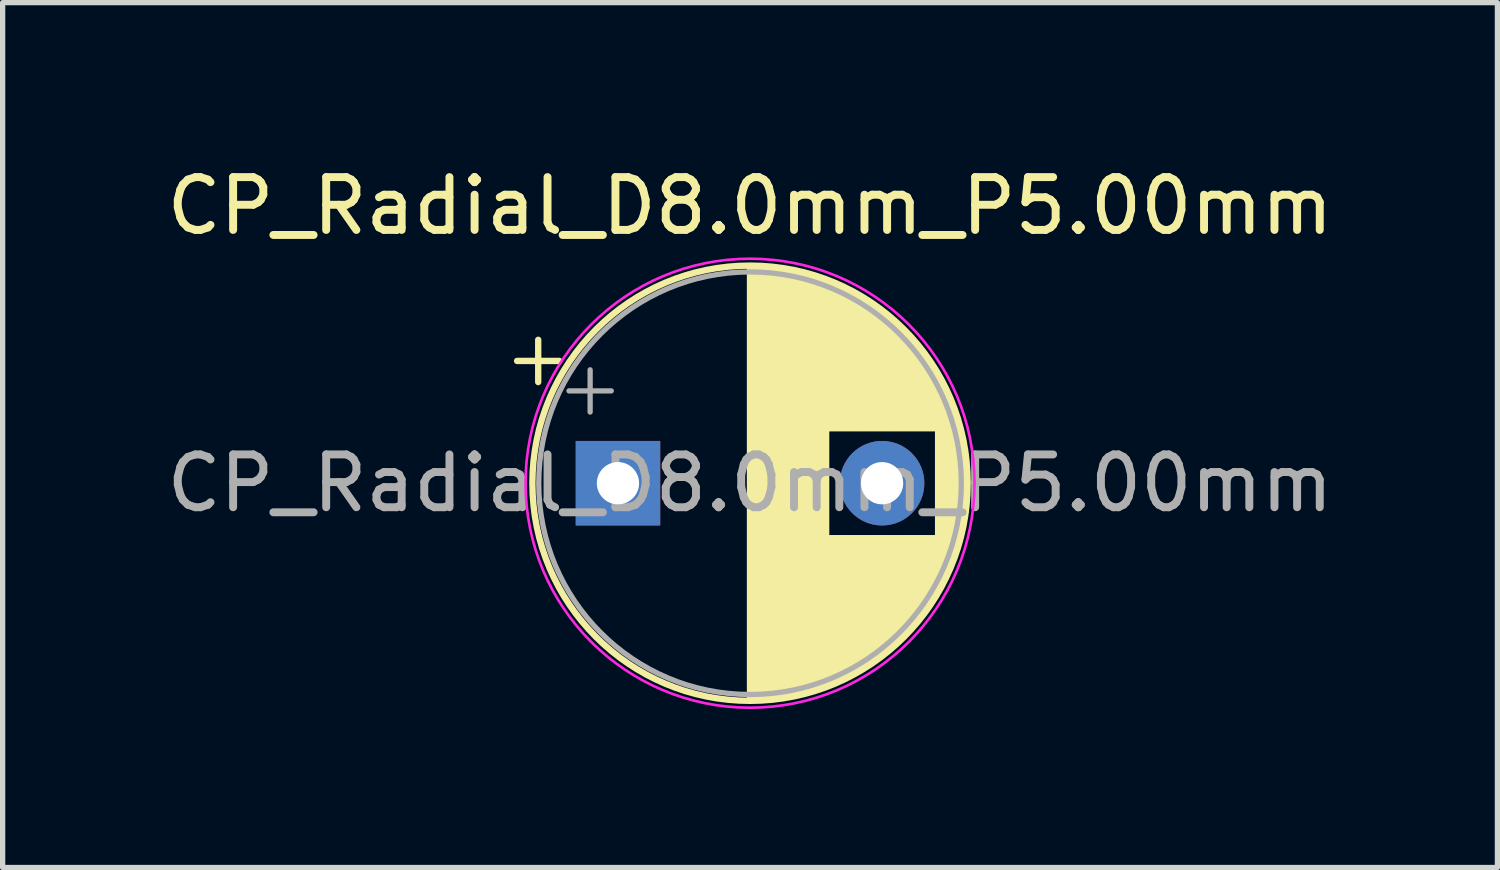
<source format=kicad_pcb>
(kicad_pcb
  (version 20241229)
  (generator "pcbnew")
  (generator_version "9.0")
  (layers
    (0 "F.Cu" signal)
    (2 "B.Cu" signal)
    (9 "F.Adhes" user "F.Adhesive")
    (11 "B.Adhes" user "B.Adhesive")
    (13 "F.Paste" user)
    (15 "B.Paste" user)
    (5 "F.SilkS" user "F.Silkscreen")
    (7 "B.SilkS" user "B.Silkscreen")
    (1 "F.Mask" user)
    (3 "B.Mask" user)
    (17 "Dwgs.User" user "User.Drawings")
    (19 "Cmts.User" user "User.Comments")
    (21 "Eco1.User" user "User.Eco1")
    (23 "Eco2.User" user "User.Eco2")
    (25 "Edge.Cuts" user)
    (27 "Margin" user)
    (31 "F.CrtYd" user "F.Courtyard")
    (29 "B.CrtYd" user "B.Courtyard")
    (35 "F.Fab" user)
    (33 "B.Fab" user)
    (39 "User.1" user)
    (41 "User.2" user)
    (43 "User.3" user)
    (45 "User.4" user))
  (footprint "CP_Radial_D8.0mm_P5.00mm"
    (layer "F.Cu")
    (at 11.149 6.098)
    (property "Reference" "CP_Radial_D8.0mm_P5.00mm" (at 0 -5.25 0) (layer "F.SilkS") (effects (font (size 1 1) (thickness 0.15))))
    (attr through_hole)
    (fp_line (start -4.41 -2.315) (end -3.61 -2.315) (stroke (width 0.12) (type solid)) (layer "F.SilkS"))
    (fp_line (start -4.01 -2.715) (end -4.01 -1.915) (stroke (width 0.12) (type solid)) (layer "F.SilkS"))
    (fp_line (start 0 -4.08) (end 0 4.08) (stroke (width 0.12) (type solid)) (layer "F.SilkS"))
    (fp_line (start 0.04 -4.08) (end 0.04 4.08) (stroke (width 0.12) (type solid)) (layer "F.SilkS"))
    (fp_line (start 0.08 -4.08) (end 0.08 4.08) (stroke (width 0.12) (type solid)) (layer "F.SilkS"))
    (fp_line (start 0.12 -4.079) (end 0.12 4.079) (stroke (width 0.12) (type solid)) (layer "F.SilkS"))
    (fp_line (start 0.16 -4.077) (end 0.16 4.077) (stroke (width 0.12) (type solid)) (layer "F.SilkS"))
    (fp_line (start 0.2 -4.076) (end 0.2 4.076) (stroke (width 0.12) (type solid)) (layer "F.SilkS"))
    (fp_line (start 0.24 -4.074) (end 0.24 4.074) (stroke (width 0.12) (type solid)) (layer "F.SilkS"))
    (fp_line (start 0.28 -4.071) (end 0.28 4.071) (stroke (width 0.12) (type solid)) (layer "F.SilkS"))
    (fp_line (start 0.32 -4.068) (end 0.32 4.068) (stroke (width 0.12) (type solid)) (layer "F.SilkS"))
    (fp_line (start 0.36 -4.065) (end 0.36 4.065) (stroke (width 0.12) (type solid)) (layer "F.SilkS"))
    (fp_line (start 0.4 -4.061) (end 0.4 4.061) (stroke (width 0.12) (type solid)) (layer "F.SilkS"))
    (fp_line (start 0.44 -4.057) (end 0.44 4.057) (stroke (width 0.12) (type solid)) (layer "F.SilkS"))
    (fp_line (start 0.48 -4.052) (end 0.48 4.052) (stroke (width 0.12) (type solid)) (layer "F.SilkS"))
    (fp_line (start 0.52 -4.048) (end 0.52 4.048) (stroke (width 0.12) (type solid)) (layer "F.SilkS"))
    (fp_line (start 0.56 -4.042) (end 0.56 4.042) (stroke (width 0.12) (type solid)) (layer "F.SilkS"))
    (fp_line (start 0.6 -4.037) (end 0.6 4.037) (stroke (width 0.12) (type solid)) (layer "F.SilkS"))
    (fp_line (start 0.64 -4.03) (end 0.64 4.03) (stroke (width 0.12) (type solid)) (layer "F.SilkS"))
    (fp_line (start 0.68 -4.024) (end 0.68 4.024) (stroke (width 0.12) (type solid)) (layer "F.SilkS"))
    (fp_line (start 0.721 -4.017) (end 0.721 4.017) (stroke (width 0.12) (type solid)) (layer "F.SilkS"))
    (fp_line (start 0.761 -4.01) (end 0.761 4.01) (stroke (width 0.12) (type solid)) (layer "F.SilkS"))
    (fp_line (start 0.801 -4.002) (end 0.801 4.002) (stroke (width 0.12) (type solid)) (layer "F.SilkS"))
    (fp_line (start 0.841 -3.994) (end 0.841 3.994) (stroke (width 0.12) (type solid)) (layer "F.SilkS"))
    (fp_line (start 0.881 -3.985) (end 0.881 3.985) (stroke (width 0.12) (type solid)) (layer "F.SilkS"))
    (fp_line (start 0.921 -3.976) (end 0.921 3.976) (stroke (width 0.12) (type solid)) (layer "F.SilkS"))
    (fp_line (start 0.961 -3.967) (end 0.961 3.967) (stroke (width 0.12) (type solid)) (layer "F.SilkS"))
    (fp_line (start 1.001 -3.957) (end 1.001 3.957) (stroke (width 0.12) (type solid)) (layer "F.SilkS"))
    (fp_line (start 1.041 -3.947) (end 1.041 3.947) (stroke (width 0.12) (type solid)) (layer "F.SilkS"))
    (fp_line (start 1.081 -3.936) (end 1.081 3.936) (stroke (width 0.12) (type solid)) (layer "F.SilkS"))
    (fp_line (start 1.121 -3.925) (end 1.121 3.925) (stroke (width 0.12) (type solid)) (layer "F.SilkS"))
    (fp_line (start 1.161 -3.914) (end 1.161 3.914) (stroke (width 0.12) (type solid)) (layer "F.SilkS"))
    (fp_line (start 1.201 -3.902) (end 1.201 3.902) (stroke (width 0.12) (type solid)) (layer "F.SilkS"))
    (fp_line (start 1.241 -3.889) (end 1.241 3.889) (stroke (width 0.12) (type solid)) (layer "F.SilkS"))
    (fp_line (start 1.281 -3.877) (end 1.281 3.877) (stroke (width 0.12) (type solid)) (layer "F.SilkS"))
    (fp_line (start 1.321 -3.863) (end 1.321 3.863) (stroke (width 0.12) (type solid)) (layer "F.SilkS"))
    (fp_line (start 1.361 -3.85) (end 1.361 3.85) (stroke (width 0.12) (type solid)) (layer "F.SilkS"))
    (fp_line (start 1.401 -3.835) (end 1.401 3.835) (stroke (width 0.12) (type solid)) (layer "F.SilkS"))
    (fp_line (start 1.441 -3.821) (end 1.441 3.821) (stroke (width 0.12) (type solid)) (layer "F.SilkS"))
    (fp_line (start 1.481 -3.805) (end 1.481 -1.04) (stroke (width 0.12) (type solid)) (layer "F.SilkS"))
    (fp_line (start 1.481 1.04) (end 1.481 3.805) (stroke (width 0.12) (type solid)) (layer "F.SilkS"))
    (fp_line (start 1.521 -3.79) (end 1.521 -1.04) (stroke (width 0.12) (type solid)) (layer "F.SilkS"))
    (fp_line (start 1.521 1.04) (end 1.521 3.79) (stroke (width 0.12) (type solid)) (layer "F.SilkS"))
    (fp_line (start 1.561 -3.774) (end 1.561 -1.04) (stroke (width 0.12) (type solid)) (layer "F.SilkS"))
    (fp_line (start 1.561 1.04) (end 1.561 3.774) (stroke (width 0.12) (type solid)) (layer "F.SilkS"))
    (fp_line (start 1.601 -3.757) (end 1.601 -1.04) (stroke (width 0.12) (type solid)) (layer "F.SilkS"))
    (fp_line (start 1.601 1.04) (end 1.601 3.757) (stroke (width 0.12) (type solid)) (layer "F.SilkS"))
    (fp_line (start 1.641 -3.74) (end 1.641 -1.04) (stroke (width 0.12) (type solid)) (layer "F.SilkS"))
    (fp_line (start 1.641 1.04) (end 1.641 3.74) (stroke (width 0.12) (type solid)) (layer "F.SilkS"))
    (fp_line (start 1.681 -3.722) (end 1.681 -1.04) (stroke (width 0.12) (type solid)) (layer "F.SilkS"))
    (fp_line (start 1.681 1.04) (end 1.681 3.722) (stroke (width 0.12) (type solid)) (layer "F.SilkS"))
    (fp_line (start 1.721 -3.704) (end 1.721 -1.04) (stroke (width 0.12) (type solid)) (layer "F.SilkS"))
    (fp_line (start 1.721 1.04) (end 1.721 3.704) (stroke (width 0.12) (type solid)) (layer "F.SilkS"))
    (fp_line (start 1.761 -3.686) (end 1.761 -1.04) (stroke (width 0.12) (type solid)) (layer "F.SilkS"))
    (fp_line (start 1.761 1.04) (end 1.761 3.686) (stroke (width 0.12) (type solid)) (layer "F.SilkS"))
    (fp_line (start 1.801 -3.666) (end 1.801 -1.04) (stroke (width 0.12) (type solid)) (layer "F.SilkS"))
    (fp_line (start 1.801 1.04) (end 1.801 3.666) (stroke (width 0.12) (type solid)) (layer "F.SilkS"))
    (fp_line (start 1.841 -3.647) (end 1.841 -1.04) (stroke (width 0.12) (type solid)) (layer "F.SilkS"))
    (fp_line (start 1.841 1.04) (end 1.841 3.647) (stroke (width 0.12) (type solid)) (layer "F.SilkS"))
    (fp_line (start 1.881 -3.627) (end 1.881 -1.04) (stroke (width 0.12) (type solid)) (layer "F.SilkS"))
    (fp_line (start 1.881 1.04) (end 1.881 3.627) (stroke (width 0.12) (type solid)) (layer "F.SilkS"))
    (fp_line (start 1.921 -3.606) (end 1.921 -1.04) (stroke (width 0.12) (type solid)) (layer "F.SilkS"))
    (fp_line (start 1.921 1.04) (end 1.921 3.606) (stroke (width 0.12) (type solid)) (layer "F.SilkS"))
    (fp_line (start 1.961 -3.584) (end 1.961 -1.04) (stroke (width 0.12) (type solid)) (layer "F.SilkS"))
    (fp_line (start 1.961 1.04) (end 1.961 3.584) (stroke (width 0.12) (type solid)) (layer "F.SilkS"))
    (fp_line (start 2.001 -3.562) (end 2.001 -1.04) (stroke (width 0.12) (type solid)) (layer "F.SilkS"))
    (fp_line (start 2.001 1.04) (end 2.001 3.562) (stroke (width 0.12) (type solid)) (layer "F.SilkS"))
    (fp_line (start 2.041 -3.54) (end 2.041 -1.04) (stroke (width 0.12) (type solid)) (layer "F.SilkS"))
    (fp_line (start 2.041 1.04) (end 2.041 3.54) (stroke (width 0.12) (type solid)) (layer "F.SilkS"))
    (fp_line (start 2.081 -3.517) (end 2.081 -1.04) (stroke (width 0.12) (type solid)) (layer "F.SilkS"))
    (fp_line (start 2.081 1.04) (end 2.081 3.517) (stroke (width 0.12) (type solid)) (layer "F.SilkS"))
    (fp_line (start 2.121 -3.493) (end 2.121 -1.04) (stroke (width 0.12) (type solid)) (layer "F.SilkS"))
    (fp_line (start 2.121 1.04) (end 2.121 3.493) (stroke (width 0.12) (type solid)) (layer "F.SilkS"))
    (fp_line (start 2.161 -3.469) (end 2.161 -1.04) (stroke (width 0.12) (type solid)) (layer "F.SilkS"))
    (fp_line (start 2.161 1.04) (end 2.161 3.469) (stroke (width 0.12) (type solid)) (layer "F.SilkS"))
    (fp_line (start 2.201 -3.444) (end 2.201 -1.04) (stroke (width 0.12) (type solid)) (layer "F.SilkS"))
    (fp_line (start 2.201 1.04) (end 2.201 3.444) (stroke (width 0.12) (type solid)) (layer "F.SilkS"))
    (fp_line (start 2.241 -3.418) (end 2.241 -1.04) (stroke (width 0.12) (type solid)) (layer "F.SilkS"))
    (fp_line (start 2.241 1.04) (end 2.241 3.418) (stroke (width 0.12) (type solid)) (layer "F.SilkS"))
    (fp_line (start 2.281 -3.392) (end 2.281 -1.04) (stroke (width 0.12) (type solid)) (layer "F.SilkS"))
    (fp_line (start 2.281 1.04) (end 2.281 3.392) (stroke (width 0.12) (type solid)) (layer "F.SilkS"))
    (fp_line (start 2.321 -3.365) (end 2.321 -1.04) (stroke (width 0.12) (type solid)) (layer "F.SilkS"))
    (fp_line (start 2.321 1.04) (end 2.321 3.365) (stroke (width 0.12) (type solid)) (layer "F.SilkS"))
    (fp_line (start 2.361 -3.338) (end 2.361 -1.04) (stroke (width 0.12) (type solid)) (layer "F.SilkS"))
    (fp_line (start 2.361 1.04) (end 2.361 3.338) (stroke (width 0.12) (type solid)) (layer "F.SilkS"))
    (fp_line (start 2.401 -3.309) (end 2.401 -1.04) (stroke (width 0.12) (type solid)) (layer "F.SilkS"))
    (fp_line (start 2.401 1.04) (end 2.401 3.309) (stroke (width 0.12) (type solid)) (layer "F.SilkS"))
    (fp_line (start 2.441 -3.28) (end 2.441 -1.04) (stroke (width 0.12) (type solid)) (layer "F.SilkS"))
    (fp_line (start 2.441 1.04) (end 2.441 3.28) (stroke (width 0.12) (type solid)) (layer "F.SilkS"))
    (fp_line (start 2.481 -3.25) (end 2.481 -1.04) (stroke (width 0.12) (type solid)) (layer "F.SilkS"))
    (fp_line (start 2.481 1.04) (end 2.481 3.25) (stroke (width 0.12) (type solid)) (layer "F.SilkS"))
    (fp_line (start 2.521 -3.22) (end 2.521 -1.04) (stroke (width 0.12) (type solid)) (layer "F.SilkS"))
    (fp_line (start 2.521 1.04) (end 2.521 3.22) (stroke (width 0.12) (type solid)) (layer "F.SilkS"))
    (fp_line (start 2.561 -3.189) (end 2.561 -1.04) (stroke (width 0.12) (type solid)) (layer "F.SilkS"))
    (fp_line (start 2.561 1.04) (end 2.561 3.189) (stroke (width 0.12) (type solid)) (layer "F.SilkS"))
    (fp_line (start 2.601 -3.156) (end 2.601 -1.04) (stroke (width 0.12) (type solid)) (layer "F.SilkS"))
    (fp_line (start 2.601 1.04) (end 2.601 3.156) (stroke (width 0.12) (type solid)) (layer "F.SilkS"))
    (fp_line (start 2.641 -3.124) (end 2.641 -1.04) (stroke (width 0.12) (type solid)) (layer "F.SilkS"))
    (fp_line (start 2.641 1.04) (end 2.641 3.124) (stroke (width 0.12) (type solid)) (layer "F.SilkS"))
    (fp_line (start 2.681 -3.09) (end 2.681 -1.04) (stroke (width 0.12) (type solid)) (layer "F.SilkS"))
    (fp_line (start 2.681 1.04) (end 2.681 3.09) (stroke (width 0.12) (type solid)) (layer "F.SilkS"))
    (fp_line (start 2.721 -3.055) (end 2.721 -1.04) (stroke (width 0.12) (type solid)) (layer "F.SilkS"))
    (fp_line (start 2.721 1.04) (end 2.721 3.055) (stroke (width 0.12) (type solid)) (layer "F.SilkS"))
    (fp_line (start 2.761 -3.019) (end 2.761 -1.04) (stroke (width 0.12) (type solid)) (layer "F.SilkS"))
    (fp_line (start 2.761 1.04) (end 2.761 3.019) (stroke (width 0.12) (type solid)) (layer "F.SilkS"))
    (fp_line (start 2.801 -2.983) (end 2.801 -1.04) (stroke (width 0.12) (type solid)) (layer "F.SilkS"))
    (fp_line (start 2.801 1.04) (end 2.801 2.983) (stroke (width 0.12) (type solid)) (layer "F.SilkS"))
    (fp_line (start 2.841 -2.945) (end 2.841 -1.04) (stroke (width 0.12) (type solid)) (layer "F.SilkS"))
    (fp_line (start 2.841 1.04) (end 2.841 2.945) (stroke (width 0.12) (type solid)) (layer "F.SilkS"))
    (fp_line (start 2.881 -2.907) (end 2.881 -1.04) (stroke (width 0.12) (type solid)) (layer "F.SilkS"))
    (fp_line (start 2.881 1.04) (end 2.881 2.907) (stroke (width 0.12) (type solid)) (layer "F.SilkS"))
    (fp_line (start 2.921 -2.867) (end 2.921 -1.04) (stroke (width 0.12) (type solid)) (layer "F.SilkS"))
    (fp_line (start 2.921 1.04) (end 2.921 2.867) (stroke (width 0.12) (type solid)) (layer "F.SilkS"))
    (fp_line (start 2.961 -2.826) (end 2.961 -1.04) (stroke (width 0.12) (type solid)) (layer "F.SilkS"))
    (fp_line (start 2.961 1.04) (end 2.961 2.826) (stroke (width 0.12) (type solid)) (layer "F.SilkS"))
    (fp_line (start 3.001 -2.784) (end 3.001 -1.04) (stroke (width 0.12) (type solid)) (layer "F.SilkS"))
    (fp_line (start 3.001 1.04) (end 3.001 2.784) (stroke (width 0.12) (type solid)) (layer "F.SilkS"))
    (fp_line (start 3.041 -2.741) (end 3.041 -1.04) (stroke (width 0.12) (type solid)) (layer "F.SilkS"))
    (fp_line (start 3.041 1.04) (end 3.041 2.741) (stroke (width 0.12) (type solid)) (layer "F.SilkS"))
    (fp_line (start 3.081 -2.697) (end 3.081 -1.04) (stroke (width 0.12) (type solid)) (layer "F.SilkS"))
    (fp_line (start 3.081 1.04) (end 3.081 2.697) (stroke (width 0.12) (type solid)) (layer "F.SilkS"))
    (fp_line (start 3.121 -2.651) (end 3.121 -1.04) (stroke (width 0.12) (type solid)) (layer "F.SilkS"))
    (fp_line (start 3.121 1.04) (end 3.121 2.651) (stroke (width 0.12) (type solid)) (layer "F.SilkS"))
    (fp_line (start 3.161 -2.604) (end 3.161 -1.04) (stroke (width 0.12) (type solid)) (layer "F.SilkS"))
    (fp_line (start 3.161 1.04) (end 3.161 2.604) (stroke (width 0.12) (type solid)) (layer "F.SilkS"))
    (fp_line (start 3.201 -2.556) (end 3.201 -1.04) (stroke (width 0.12) (type solid)) (layer "F.SilkS"))
    (fp_line (start 3.201 1.04) (end 3.201 2.556) (stroke (width 0.12) (type solid)) (layer "F.SilkS"))
    (fp_line (start 3.241 -2.505) (end 3.241 -1.04) (stroke (width 0.12) (type solid)) (layer "F.SilkS"))
    (fp_line (start 3.241 1.04) (end 3.241 2.505) (stroke (width 0.12) (type solid)) (layer "F.SilkS"))
    (fp_line (start 3.281 -2.454) (end 3.281 -1.04) (stroke (width 0.12) (type solid)) (layer "F.SilkS"))
    (fp_line (start 3.281 1.04) (end 3.281 2.454) (stroke (width 0.12) (type solid)) (layer "F.SilkS"))
    (fp_line (start 3.321 -2.4) (end 3.321 -1.04) (stroke (width 0.12) (type solid)) (layer "F.SilkS"))
    (fp_line (start 3.321 1.04) (end 3.321 2.4) (stroke (width 0.12) (type solid)) (layer "F.SilkS"))
    (fp_line (start 3.361 -2.345) (end 3.361 -1.04) (stroke (width 0.12) (type solid)) (layer "F.SilkS"))
    (fp_line (start 3.361 1.04) (end 3.361 2.345) (stroke (width 0.12) (type solid)) (layer "F.SilkS"))
    (fp_line (start 3.401 -2.287) (end 3.401 -1.04) (stroke (width 0.12) (type solid)) (layer "F.SilkS"))
    (fp_line (start 3.401 1.04) (end 3.401 2.287) (stroke (width 0.12) (type solid)) (layer "F.SilkS"))
    (fp_line (start 3.441 -2.228) (end 3.441 -1.04) (stroke (width 0.12) (type solid)) (layer "F.SilkS"))
    (fp_line (start 3.441 1.04) (end 3.441 2.228) (stroke (width 0.12) (type solid)) (layer "F.SilkS"))
    (fp_line (start 3.481 -2.166) (end 3.481 -1.04) (stroke (width 0.12) (type solid)) (layer "F.SilkS"))
    (fp_line (start 3.481 1.04) (end 3.481 2.166) (stroke (width 0.12) (type solid)) (layer "F.SilkS"))
    (fp_line (start 3.521 -2.102) (end 3.521 -1.04) (stroke (width 0.12) (type solid)) (layer "F.SilkS"))
    (fp_line (start 3.521 1.04) (end 3.521 2.102) (stroke (width 0.12) (type solid)) (layer "F.SilkS"))
    (fp_line (start 3.561 -2.034) (end 3.561 2.034) (stroke (width 0.12) (type solid)) (layer "F.SilkS"))
    (fp_line (start 3.601 -1.964) (end 3.601 1.964) (stroke (width 0.12) (type solid)) (layer "F.SilkS"))
    (fp_line (start 3.641 -1.89) (end 3.641 1.89) (stroke (width 0.12) (type solid)) (layer "F.SilkS"))
    (fp_line (start 3.681 -1.813) (end 3.681 1.813) (stroke (width 0.12) (type solid)) (layer "F.SilkS"))
    (fp_line (start 3.721 -1.731) (end 3.721 1.731) (stroke (width 0.12) (type solid)) (layer "F.SilkS"))
    (fp_line (start 3.761 -1.645) (end 3.761 1.645) (stroke (width 0.12) (type solid)) (layer "F.SilkS"))
    (fp_line (start 3.801 -1.552) (end 3.801 1.552) (stroke (width 0.12) (type solid)) (layer "F.SilkS"))
    (fp_line (start 3.841 -1.453) (end 3.841 1.453) (stroke (width 0.12) (type solid)) (layer "F.SilkS"))
    (fp_line (start 3.881 -1.346) (end 3.881 1.346) (stroke (width 0.12) (type solid)) (layer "F.SilkS"))
    (fp_line (start 3.921 -1.229) (end 3.921 1.229) (stroke (width 0.12) (type solid)) (layer "F.SilkS"))
    (fp_line (start 3.961 -1.098) (end 3.961 1.098) (stroke (width 0.12) (type solid)) (layer "F.SilkS"))
    (fp_line (start 4.001 -0.948) (end 4.001 0.948) (stroke (width 0.12) (type solid)) (layer "F.SilkS"))
    (fp_line (start 4.041 -0.768) (end 4.041 0.768) (stroke (width 0.12) (type solid)) (layer "F.SilkS"))
    (fp_line (start 4.081 -0.533) (end 4.081 0.533) (stroke (width 0.12) (type solid)) (layer "F.SilkS"))
    (fp_circle (center 0 0) (end 4.12 0) (stroke (width 0.12) (type solid)) (fill no) (layer "F.SilkS"))
    (fp_circle (center 0 0) (end 4.25 0) (stroke (width 0.05) (type solid)) (fill no) (layer "F.CrtYd"))
    (fp_line (start -3.427 -1.748) (end -2.627 -1.748) (stroke (width 0.1) (type solid)) (layer "F.Fab"))
    (fp_line (start -3.027 -2.147) (end -3.027 -1.347) (stroke (width 0.1) (type solid)) (layer "F.Fab"))
    (fp_circle (center 0 0) (end 4 0) (stroke (width 0.1) (type solid)) (fill no) (layer "F.Fab"))
    (fp_text user "${REFERENCE}" (at 0 0 0) (layer "F.Fab") (effects (font (size 1 1) (thickness 0.15))))
    (pad "1" thru_hole rect (at -2.5 0) (size 1.6 1.6) (drill 0.8) (layers "*.Cu" "*.Mask"))
    (pad "2" thru_hole circle (at 2.5 0) (size 1.6 1.6) (drill 0.8) (layers "*.Cu" "*.Mask")))
  (gr_rect
    (start -3 -3)
    (end 25.298 13.373)
    (stroke (width 0.1) (type default))
    (fill no)
    (layer "Edge.Cuts")))
</source>
